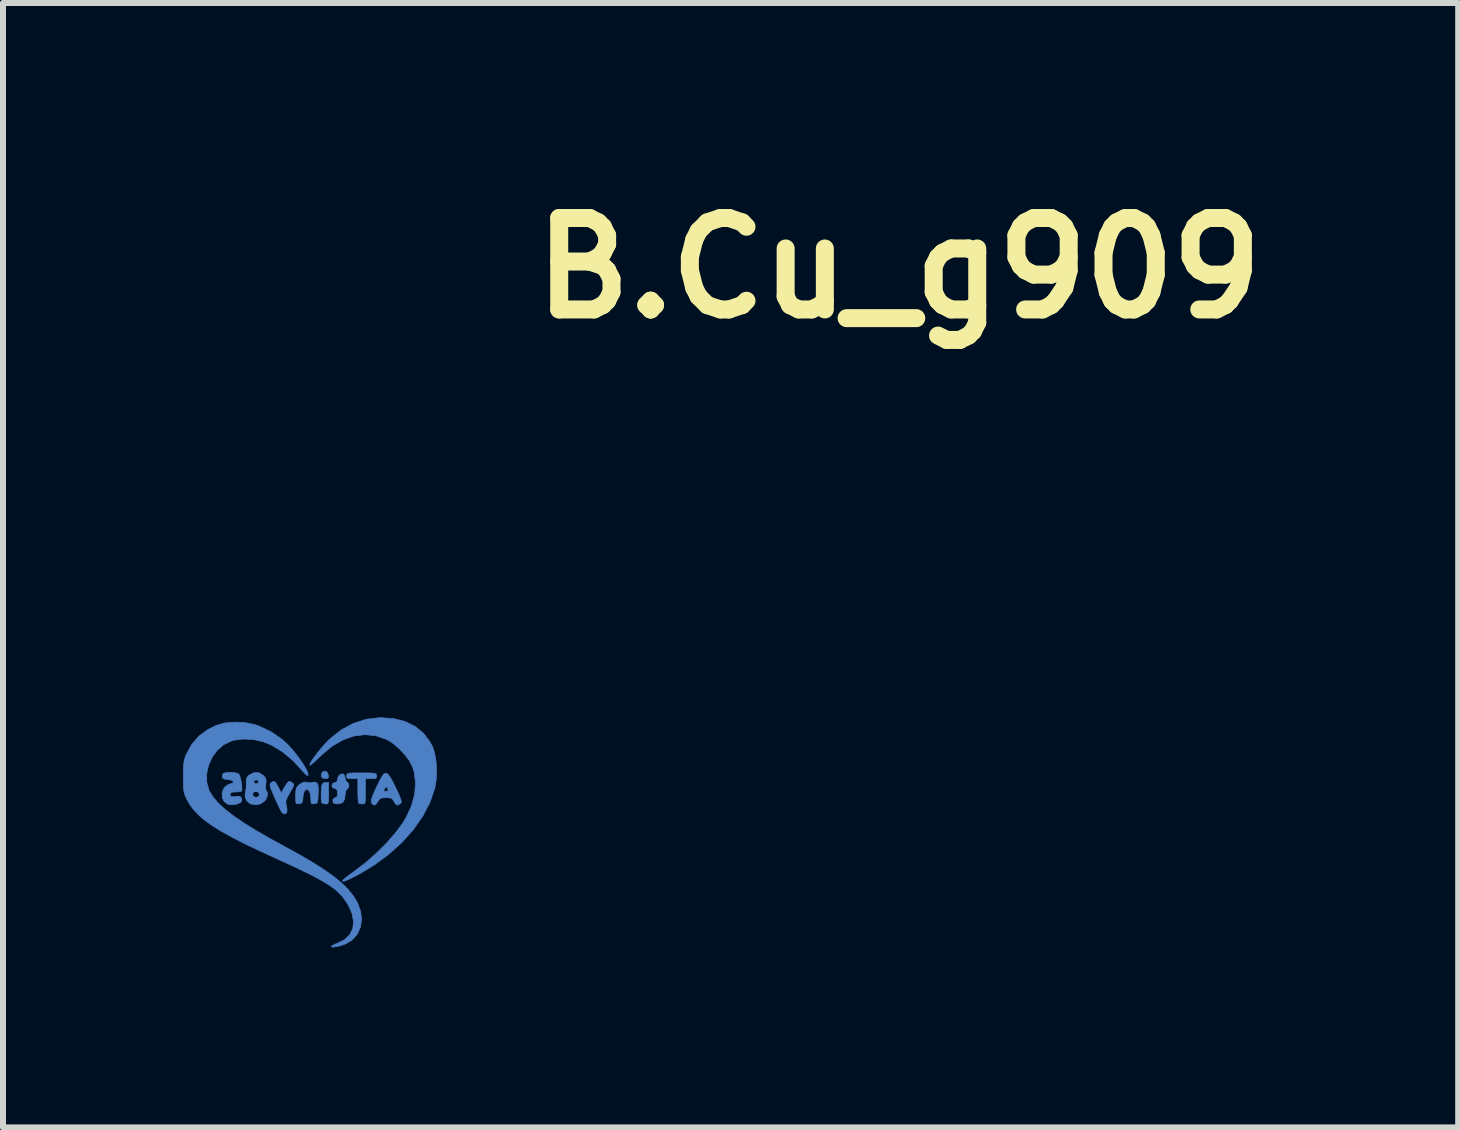
<source format=kicad_pcb>
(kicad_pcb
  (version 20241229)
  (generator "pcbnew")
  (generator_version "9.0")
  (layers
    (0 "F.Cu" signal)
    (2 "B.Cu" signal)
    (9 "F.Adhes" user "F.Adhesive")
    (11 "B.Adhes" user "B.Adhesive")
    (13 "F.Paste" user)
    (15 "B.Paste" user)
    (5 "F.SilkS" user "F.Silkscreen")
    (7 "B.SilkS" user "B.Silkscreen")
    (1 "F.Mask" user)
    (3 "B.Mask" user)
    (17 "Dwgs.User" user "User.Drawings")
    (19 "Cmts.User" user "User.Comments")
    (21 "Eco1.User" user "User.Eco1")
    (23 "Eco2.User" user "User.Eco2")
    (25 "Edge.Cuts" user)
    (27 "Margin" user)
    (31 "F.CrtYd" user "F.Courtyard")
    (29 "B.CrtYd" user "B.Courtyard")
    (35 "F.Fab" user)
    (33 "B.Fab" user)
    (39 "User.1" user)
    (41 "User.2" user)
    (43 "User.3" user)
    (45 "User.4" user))
  (footprint "B.Cu_g909"
    (layer "F.Cu")
    (at 11.931 1.418)
    (property "Reference" "B.Cu_g909" (at 0 0 0) (layer "F.SilkS") (effects (font (size 1.524 1.524) (thickness 0.3))))
    (attr through_hole)
    (fp_poly (pts (xy -9.523 8.409) (xy -9.508 8.451) (xy -9.509 8.493) (xy -9.532 8.508) (xy -9.554 8.509) (xy -9.6 8.501) (xy -9.62 8.488) (xy -9.625 8.452) (xy -9.62 8.423) (xy -9.594 8.388) (xy -9.557 8.385) (xy -9.523 8.409)) (stroke (width 0.01) (type solid)) (fill yes) (layer "B.Cu"))
    (fp_poly (pts (xy -9.504 8.751) (xy -9.504 8.839) (xy -9.507 8.892) (xy -9.515 8.92) (xy -9.531 8.931) (xy -9.556 8.932) (xy -9.557 8.932) (xy -9.602 8.922) (xy -9.622 8.904) (xy -9.627 8.869) (xy -9.628 8.806) (xy -9.627 8.729) (xy -9.622 8.652) (xy -9.615 8.608) (xy -9.601 8.587) (xy -9.577 8.578) (xy -9.562 8.576) (xy -9.504 8.57) (xy -9.504 8.751)) (stroke (width 0.01) (type solid)) (fill yes) (layer "B.Cu"))
    (fp_poly (pts (xy -9.261 8.432) (xy -9.236 8.46) (xy -9.229 8.498) (xy -9.218 8.544) (xy -9.197 8.565) (xy -9.172 8.593) (xy -9.165 8.625) (xy -9.178 8.668) (xy -9.197 8.686) (xy -9.221 8.718) (xy -9.229 8.782) (xy -9.237 8.848) (xy -9.259 8.896) (xy -9.262 8.899) (xy -9.306 8.923) (xy -9.36 8.931) (xy -9.409 8.923) (xy -9.432 8.902) (xy -9.433 8.856) (xy -9.403 8.829) (xy -9.386 8.826) (xy -9.363 8.808) (xy -9.356 8.754) (xy -9.361 8.702) (xy -9.383 8.68) (xy -9.403 8.675) (xy -9.443 8.653) (xy -9.451 8.625) (xy -9.434 8.588) (xy -9.403 8.576) (xy -9.364 8.557) (xy -9.356 8.521) (xy -9.341 8.468) (xy -9.306 8.435) (xy -9.262 8.431) (xy -9.261 8.432)) (stroke (width 0.01) (type solid)) (fill yes) (layer "B.Cu"))
    (fp_poly (pts (xy -10.402 8.559) (xy -10.376 8.59) (xy -10.344 8.649) (xy -10.294 8.747) (xy -10.237 8.649) (xy -10.199 8.588) (xy -10.171 8.559) (xy -10.145 8.557) (xy -10.11 8.578) (xy -10.108 8.58) (xy -10.089 8.597) (xy -10.084 8.617) (xy -10.097 8.651) (xy -10.128 8.706) (xy -10.148 8.74) (xy -10.192 8.818) (xy -10.214 8.873) (xy -10.216 8.917) (xy -10.214 8.928) (xy -10.197 9.014) (xy -10.199 9.067) (xy -10.22 9.093) (xy -10.236 9.097) (xy -10.256 9.095) (xy -10.277 9.077) (xy -10.303 9.039) (xy -10.335 8.974) (xy -10.38 8.877) (xy -10.39 8.854) (xy -10.435 8.752) (xy -10.464 8.68) (xy -10.479 8.634) (xy -10.482 8.605) (xy -10.475 8.588) (xy -10.464 8.578) (xy -10.429 8.557) (xy -10.402 8.559)) (stroke (width 0.01) (type solid)) (fill yes) (layer "B.Cu"))
    (fp_poly (pts (xy -8.849 8.414) (xy -8.779 8.416) (xy -8.737 8.421) (xy -8.715 8.431) (xy -8.706 8.446) (xy -8.703 8.461) (xy -8.703 8.491) (xy -8.721 8.505) (xy -8.767 8.509) (xy -8.793 8.509) (xy -8.89 8.509) (xy -8.89 8.721) (xy -8.89 8.817) (xy -8.893 8.878) (xy -8.899 8.913) (xy -8.911 8.928) (xy -8.93 8.932) (xy -8.939 8.932) (xy -8.984 8.927) (xy -9.003 8.918) (xy -9.009 8.892) (xy -9.014 8.834) (xy -9.017 8.754) (xy -9.017 8.707) (xy -9.017 8.509) (xy -9.114 8.509) (xy -9.173 8.507) (xy -9.2 8.497) (xy -9.205 8.474) (xy -9.204 8.461) (xy -9.199 8.441) (xy -9.187 8.427) (xy -9.159 8.419) (xy -9.11 8.415) (xy -9.03 8.414) (xy -8.954 8.414) (xy -8.849 8.414)) (stroke (width 0.01) (type solid)) (fill yes) (layer "B.Cu"))
    (fp_poly (pts (xy -9.851 8.574) (xy -9.804 8.579) (xy -9.778 8.572) (xy -9.737 8.566) (xy -9.71 8.575) (xy -9.691 8.592) (xy -9.68 8.62) (xy -9.676 8.671) (xy -9.677 8.754) (xy -9.678 8.759) (xy -9.681 8.841) (xy -9.687 8.89) (xy -9.699 8.915) (xy -9.719 8.925) (xy -9.742 8.928) (xy -9.778 8.93) (xy -9.795 8.916) (xy -9.8 8.875) (xy -9.8 8.84) (xy -9.81 8.758) (xy -9.834 8.706) (xy -9.865 8.686) (xy -9.897 8.7) (xy -9.921 8.748) (xy -9.931 8.812) (xy -9.937 8.877) (xy -9.948 8.91) (xy -9.972 8.924) (xy -9.996 8.928) (xy -10.027 8.93) (xy -10.045 8.921) (xy -10.052 8.891) (xy -10.054 8.832) (xy -10.054 8.8) (xy -10.052 8.721) (xy -10.042 8.67) (xy -10.021 8.636) (xy -10.007 8.621) (xy -9.944 8.576) (xy -9.889 8.565) (xy -9.851 8.574)) (stroke (width 0.01) (type solid)) (fill yes) (layer "B.Cu"))
    (fp_poly (pts (xy -11.074 8.409) (xy -11.019 8.422) (xy -11.001 8.433) (xy -10.984 8.467) (xy -10.968 8.526) (xy -10.955 8.595) (xy -10.949 8.66) (xy -10.95 8.706) (xy -10.955 8.718) (xy -10.983 8.726) (xy -11.036 8.731) (xy -11.056 8.731) (xy -11.113 8.735) (xy -11.139 8.748) (xy -11.144 8.774) (xy -11.139 8.8) (xy -11.116 8.811) (xy -11.066 8.809) (xy -11.02 8.801) (xy -10.976 8.81) (xy -10.951 8.843) (xy -10.954 8.884) (xy -10.966 8.901) (xy -11.019 8.93) (xy -11.091 8.944) (xy -11.163 8.941) (xy -11.19 8.933) (xy -11.247 8.889) (xy -11.277 8.822) (xy -11.28 8.747) (xy -11.253 8.675) (xy -11.23 8.646) (xy -11.182 8.61) (xy -11.137 8.594) (xy -11.135 8.594) (xy -11.1 8.581) (xy -11.091 8.563) (xy -11.11 8.54) (xy -11.167 8.527) (xy -11.181 8.526) (xy -11.243 8.516) (xy -11.272 8.496) (xy -11.278 8.48) (xy -11.272 8.438) (xy -11.257 8.422) (xy -11.211 8.408) (xy -11.144 8.404) (xy -11.074 8.409)) (stroke (width 0.01) (type solid)) (fill yes) (layer "B.Cu"))
    (fp_poly (pts (xy -8.516 8.434) (xy -8.477 8.486) (xy -8.429 8.573) (xy -8.373 8.688) (xy -8.33 8.781) (xy -8.304 8.844) (xy -8.292 8.883) (xy -8.294 8.907) (xy -8.306 8.922) (xy -8.311 8.927) (xy -8.351 8.95) (xy -8.38 8.942) (xy -8.408 8.9) (xy -8.414 8.89) (xy -8.439 8.851) (xy -8.471 8.832) (xy -8.524 8.827) (xy -8.547 8.827) (xy -8.61 8.83) (xy -8.648 8.845) (xy -8.676 8.878) (xy -8.683 8.89) (xy -8.718 8.94) (xy -8.748 8.95) (xy -8.782 8.925) (xy -8.784 8.922) (xy -8.794 8.896) (xy -8.789 8.854) (xy -8.769 8.792) (xy -8.733 8.709) (xy -8.584 8.709) (xy -8.568 8.72) (xy -8.552 8.721) (xy -8.517 8.714) (xy -8.509 8.705) (xy -8.52 8.675) (xy -8.528 8.66) (xy -8.546 8.645) (xy -8.566 8.666) (xy -8.571 8.675) (xy -8.584 8.709) (xy -8.733 8.709) (xy -8.731 8.703) (xy -8.674 8.585) (xy -8.656 8.549) (xy -8.616 8.475) (xy -8.582 8.43) (xy -8.549 8.416) (xy -8.516 8.434)) (stroke (width 0.01) (type solid)) (fill yes) (layer "B.Cu"))
    (fp_poly (pts (xy -10.669 8.41) (xy -10.597 8.451) (xy -10.591 8.457) (xy -10.557 8.498) (xy -10.545 8.54) (xy -10.55 8.602) (xy -10.55 8.604) (xy -10.555 8.669) (xy -10.546 8.706) (xy -10.542 8.709) (xy -10.522 8.744) (xy -10.525 8.798) (xy -10.55 8.856) (xy -10.567 8.879) (xy -10.636 8.928) (xy -10.72 8.946) (xy -10.803 8.93) (xy -10.821 8.921) (xy -10.876 8.868) (xy -10.898 8.794) (xy -10.895 8.775) (xy -10.772 8.775) (xy -10.755 8.808) (xy -10.716 8.823) (xy -10.705 8.823) (xy -10.665 8.802) (xy -10.657 8.774) (xy -10.674 8.738) (xy -10.712 8.722) (xy -10.753 8.734) (xy -10.758 8.738) (xy -10.772 8.775) (xy -10.895 8.775) (xy -10.889 8.726) (xy -10.879 8.666) (xy -10.877 8.593) (xy -10.878 8.581) (xy -10.877 8.562) (xy -10.753 8.562) (xy -10.735 8.588) (xy -10.71 8.594) (xy -10.676 8.58) (xy -10.668 8.562) (xy -10.686 8.536) (xy -10.71 8.53) (xy -10.745 8.543) (xy -10.753 8.562) (xy -10.877 8.562) (xy -10.876 8.518) (xy -10.857 8.477) (xy -10.826 8.448) (xy -10.747 8.409) (xy -10.669 8.41)) (stroke (width 0.01) (type solid)) (fill yes) (layer "B.Cu"))
    (fp_poly (pts (xy -8.416 7.509) (xy -8.226 7.558) (xy -8.061 7.64) (xy -7.924 7.752) (xy -7.815 7.896) (xy -7.772 7.976) (xy -7.736 8.087) (xy -7.713 8.225) (xy -7.704 8.376) (xy -7.711 8.527) (xy -7.733 8.664) (xy -7.736 8.677) (xy -7.817 8.909) (xy -7.937 9.138) (xy -8.093 9.36) (xy -8.282 9.572) (xy -8.5 9.769) (xy -8.744 9.949) (xy -9.01 10.108) (xy -9.054 10.13) (xy -9.148 10.178) (xy -9.211 10.207) (xy -9.249 10.22) (xy -9.266 10.219) (xy -9.27 10.208) (xy -9.254 10.19) (xy -9.21 10.153) (xy -9.145 10.104) (xy -9.076 10.054) (xy -8.889 9.911) (xy -8.708 9.752) (xy -8.54 9.585) (xy -8.393 9.417) (xy -8.272 9.255) (xy -8.216 9.164) (xy -8.125 8.969) (xy -8.071 8.775) (xy -8.055 8.586) (xy -8.077 8.406) (xy -8.107 8.308) (xy -8.161 8.206) (xy -8.243 8.099) (xy -8.342 7.996) (xy -8.447 7.91) (xy -8.539 7.855) (xy -8.716 7.795) (xy -8.897 7.776) (xy -9.079 7.798) (xy -9.26 7.861) (xy -9.438 7.963) (xy -9.61 8.104) (xy -9.639 8.132) (xy -9.707 8.197) (xy -9.763 8.249) (xy -9.803 8.28) (xy -9.817 8.287) (xy -9.814 8.263) (xy -9.787 8.214) (xy -9.742 8.148) (xy -9.684 8.072) (xy -9.619 7.993) (xy -9.552 7.917) (xy -9.487 7.851) (xy -9.477 7.842) (xy -9.292 7.696) (xy -9.093 7.589) (xy -8.882 7.521) (xy -8.664 7.494) (xy -8.632 7.493) (xy -8.416 7.509)) (stroke (width 0.01) (type solid)) (fill yes) (layer "B.Cu"))
    (fp_poly (pts (xy -10.911 7.573) (xy -10.75 7.604) (xy -10.684 7.625) (xy -10.466 7.726) (xy -10.275 7.858) (xy -10.187 7.938) (xy -10.123 8.007) (xy -10.053 8.093) (xy -9.983 8.186) (xy -9.922 8.277) (xy -9.876 8.355) (xy -9.852 8.406) (xy -9.845 8.449) (xy -9.859 8.457) (xy -9.893 8.432) (xy -9.921 8.401) (xy -10.096 8.21) (xy -10.274 8.061) (xy -10.457 7.951) (xy -10.593 7.895) (xy -10.754 7.858) (xy -10.92 7.849) (xy -11.076 7.868) (xy -11.131 7.884) (xy -11.256 7.946) (xy -11.363 8.04) (xy -11.447 8.156) (xy -11.506 8.289) (xy -11.536 8.429) (xy -11.535 8.57) (xy -11.497 8.702) (xy -11.492 8.715) (xy -11.433 8.811) (xy -11.349 8.911) (xy -11.235 9.017) (xy -11.091 9.129) (xy -10.914 9.25) (xy -10.702 9.381) (xy -10.454 9.523) (xy -10.255 9.631) (xy -9.992 9.776) (xy -9.766 9.908) (xy -9.574 10.03) (xy -9.413 10.145) (xy -9.281 10.254) (xy -9.174 10.361) (xy -9.09 10.466) (xy -9.026 10.572) (xy -9.021 10.581) (xy -8.97 10.722) (xy -8.955 10.86) (xy -8.975 10.989) (xy -9.028 11.104) (xy -9.112 11.198) (xy -9.225 11.266) (xy -9.229 11.267) (xy -9.297 11.291) (xy -9.366 11.308) (xy -9.423 11.316) (xy -9.457 11.314) (xy -9.461 11.308) (xy -9.443 11.292) (xy -9.397 11.268) (xy -9.356 11.252) (xy -9.236 11.191) (xy -9.151 11.109) (xy -9.102 11.008) (xy -9.089 10.892) (xy -9.112 10.763) (xy -9.172 10.625) (xy -9.241 10.517) (xy -9.293 10.453) (xy -9.354 10.392) (xy -9.428 10.331) (xy -9.519 10.269) (xy -9.63 10.202) (xy -9.766 10.129) (xy -9.929 10.048) (xy -10.124 9.955) (xy -10.355 9.85) (xy -10.372 9.842) (xy -10.654 9.713) (xy -10.899 9.596) (xy -11.11 9.488) (xy -11.289 9.389) (xy -11.44 9.295) (xy -11.565 9.206) (xy -11.668 9.119) (xy -11.75 9.032) (xy -11.816 8.944) (xy -11.867 8.855) (xy -11.893 8.799) (xy -11.91 8.75) (xy -11.92 8.697) (xy -11.925 8.629) (xy -11.926 8.536) (xy -11.926 8.477) (xy -11.925 8.361) (xy -11.92 8.275) (xy -11.911 8.209) (xy -11.895 8.152) (xy -11.877 8.107) (xy -11.786 7.939) (xy -11.665 7.799) (xy -11.512 7.688) (xy -11.382 7.624) (xy -11.241 7.583) (xy -11.079 7.567) (xy -10.911 7.573)) (stroke (width 0.01) (type solid)) (fill yes) (layer "B.Cu")))
  (gr_rect
    (start -3 -3)
    (end 21.253 15.74)
    (stroke (width 0.1) (type default))
    (fill no)
    (layer "Edge.Cuts")))
</source>
